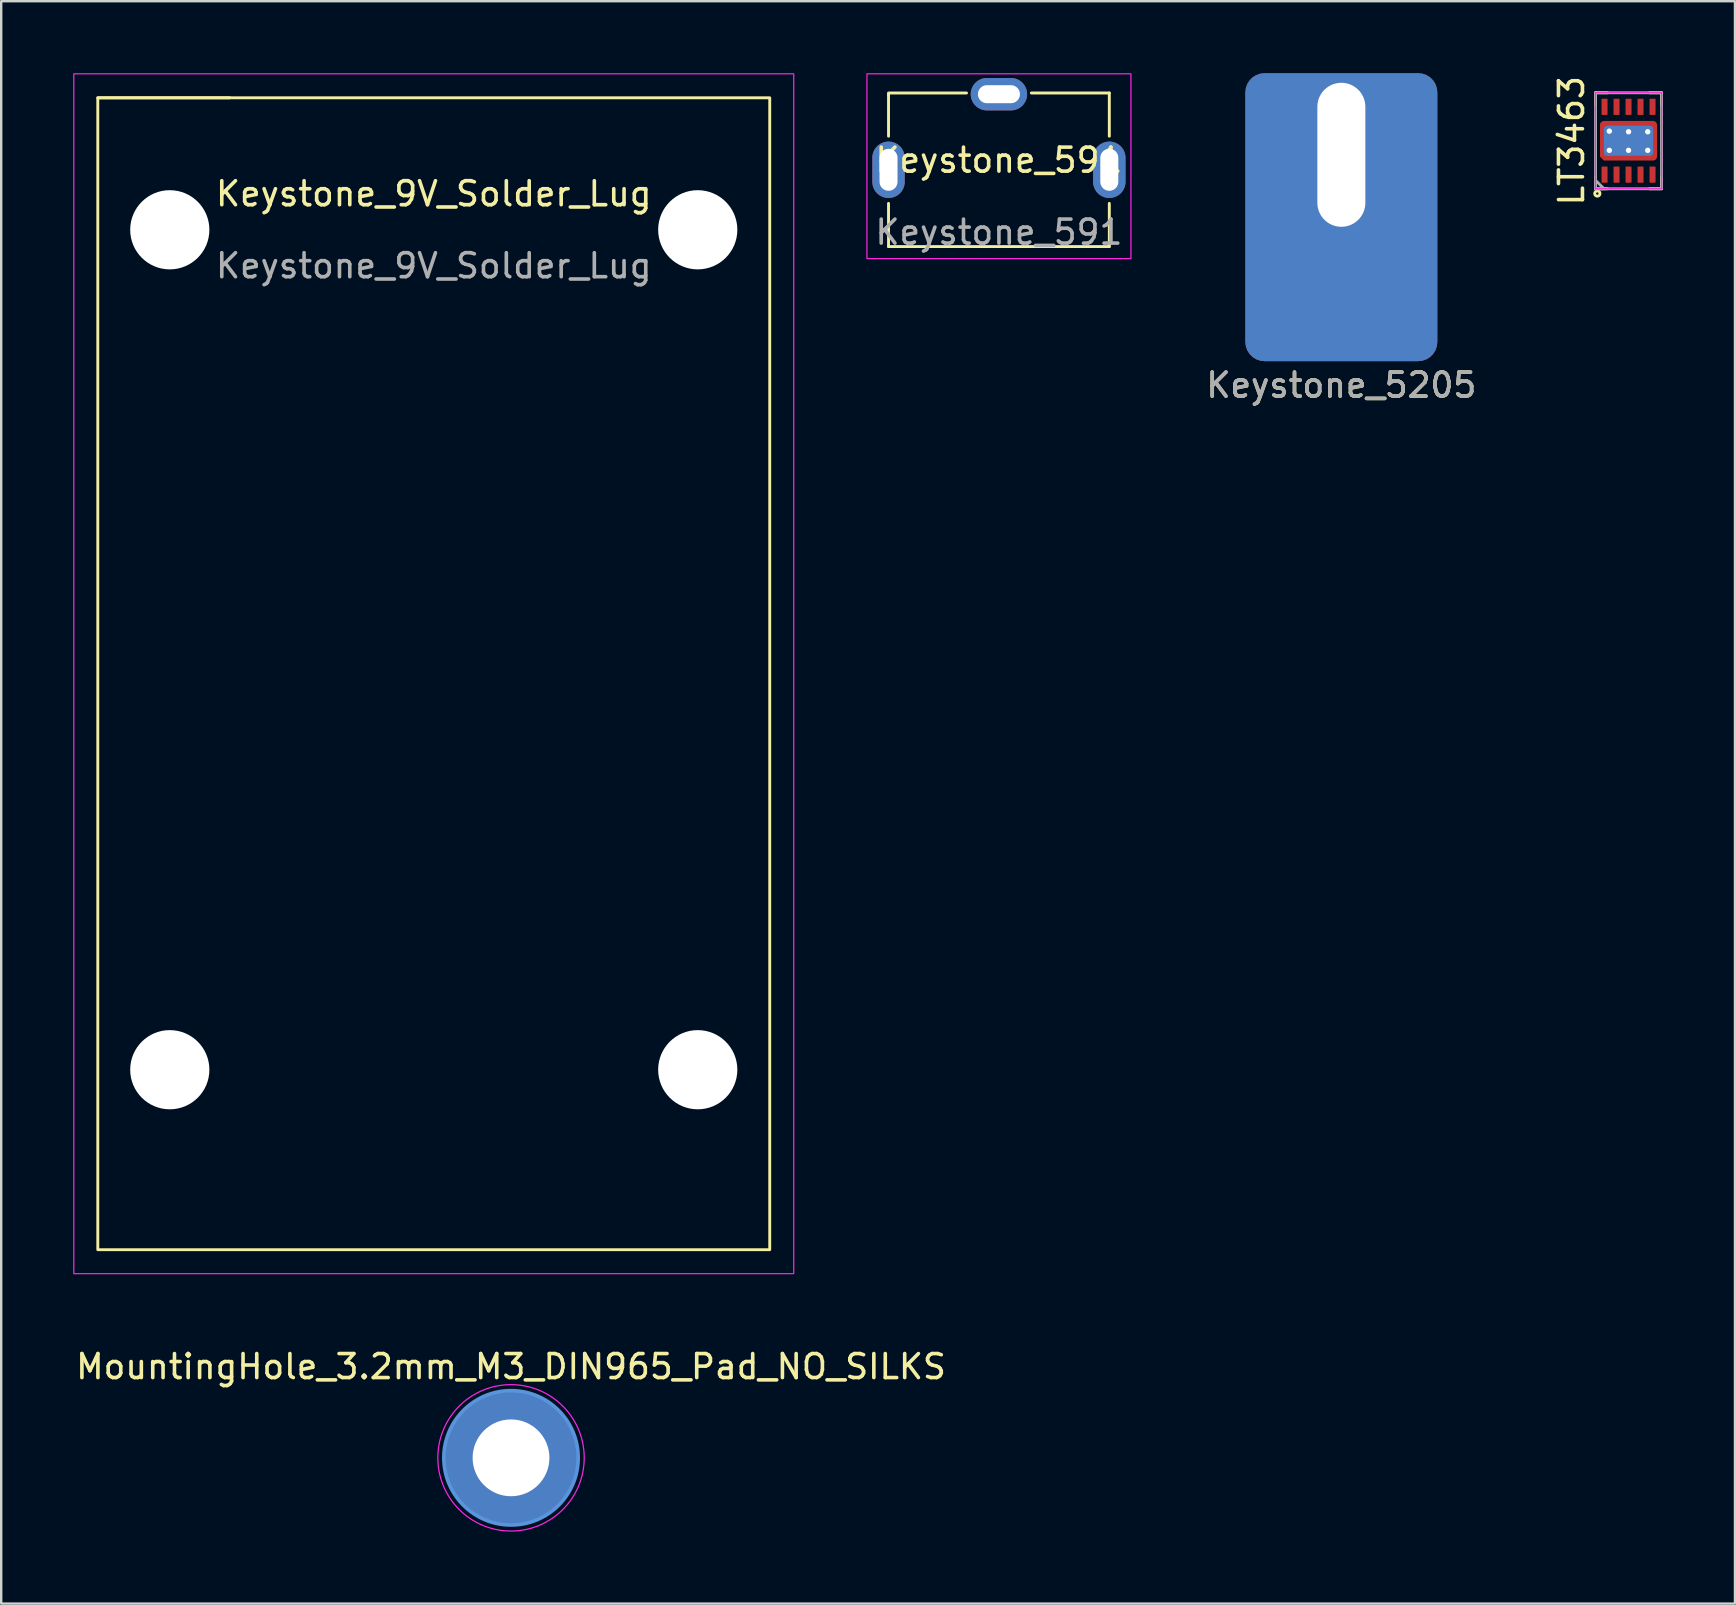
<source format=kicad_pcb>
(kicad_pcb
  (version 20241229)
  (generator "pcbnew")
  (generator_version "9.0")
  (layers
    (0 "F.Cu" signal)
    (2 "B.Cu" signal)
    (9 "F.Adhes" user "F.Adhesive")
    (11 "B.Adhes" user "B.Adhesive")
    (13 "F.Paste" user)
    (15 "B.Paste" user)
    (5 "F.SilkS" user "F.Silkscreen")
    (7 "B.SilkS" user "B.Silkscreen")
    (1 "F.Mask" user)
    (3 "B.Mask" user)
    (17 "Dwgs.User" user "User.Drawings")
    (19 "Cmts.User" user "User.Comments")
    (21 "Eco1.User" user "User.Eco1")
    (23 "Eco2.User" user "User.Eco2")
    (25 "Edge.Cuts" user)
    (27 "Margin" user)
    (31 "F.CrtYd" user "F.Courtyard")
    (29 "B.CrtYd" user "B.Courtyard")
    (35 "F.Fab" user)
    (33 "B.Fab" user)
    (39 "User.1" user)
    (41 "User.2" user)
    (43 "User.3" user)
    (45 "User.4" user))
  (footprint "Keystone_591"
    (layer "F.Cu")
    (at 38.575 4.125)
    (property "Reference" "Keystone_591" (at 0 -0.5 0) (unlocked yes) (layer "F.SilkS") (effects (font (size 1 1) (thickness 0.15))))
    (attr through_hole)
    (fp_line (start -4.6 -3.3) (end -1.35 -3.3) (stroke (width 0.12) (type solid)) (layer "F.SilkS"))
    (fp_line (start -4.6 -3.2) (end -4.6 -3.25) (stroke (width 0.12) (type solid)) (layer "F.SilkS"))
    (fp_line (start -4.6 -1.5) (end -4.6 -3.25) (stroke (width 0.12) (type solid)) (layer "F.SilkS"))
    (fp_line (start -4.6 1.3) (end -4.6 3.1) (stroke (width 0.12) (type solid)) (layer "F.SilkS"))
    (fp_line (start -4.6 3.1) (end 4.6 3.1) (stroke (width 0.12) (type solid)) (layer "F.SilkS"))
    (fp_line (start 1.35 -3.3) (end 4.6 -3.3) (stroke (width 0.12) (type solid)) (layer "F.SilkS"))
    (fp_line (start 4.6 -3.3) (end 4.6 -1.5) (stroke (width 0.12) (type solid)) (layer "F.SilkS"))
    (fp_line (start 4.6 3.1) (end 4.6 1.3) (stroke (width 0.12) (type solid)) (layer "F.SilkS"))
    (fp_rect (start -5.5 -4.1) (end 5.5 3.6) (stroke (width 0.05) (type solid)) (fill no) (layer "F.CrtYd"))
    (fp_text user "${REFERENCE}" (at 0 2.5 0) (unlocked yes) (layer "F.Fab") (effects (font (size 1 1) (thickness 0.15))))
    (pad "1" thru_hole oval (at -4.6 -0.1 180) (size 1.35 2.35) (drill oval 0.75 1.75) (layers "*.Cu" "*.Mask"))
    (pad "1" thru_hole oval (at 0 -3.25 90) (size 1.35 2.35) (drill oval 0.75 1.75) (layers "*.Cu" "*.Mask"))
    (pad "1" thru_hole oval (at 4.6 -0.1 180) (size 1.35 2.35) (drill oval 0.75 1.75) (layers "*.Cu" "*.Mask")))
  (footprint "LT3463"
    (layer "F.Cu")
    (at 64.811 2.815)
    (property "Reference" "LT3463" (at -2.375 0 90) (layer "F.SilkS") (effects (font (size 1 1) (thickness 0.15))))
    (attr through_hole)
    (fp_line (start -1.375 -2) (end -1.375 -1.5) (stroke (width 0.12) (type solid)) (layer "F.SilkS"))
    (fp_line (start -1.375 -2) (end -0.875 -2) (stroke (width 0.12) (type solid)) (layer "F.SilkS"))
    (fp_line (start -1.375 2) (end -1.375 1.5) (stroke (width 0.12) (type solid)) (layer "F.SilkS"))
    (fp_line (start -1.375 2) (end -0.875 2) (stroke (width 0.12) (type solid)) (layer "F.SilkS"))
    (fp_line (start 1.375 -2) (end 0.875 -2) (stroke (width 0.12) (type solid)) (layer "F.SilkS"))
    (fp_line (start 1.375 -2) (end 1.375 -1.5) (stroke (width 0.12) (type solid)) (layer "F.SilkS"))
    (fp_line (start 1.375 2) (end 0.875 2) (stroke (width 0.12) (type solid)) (layer "F.SilkS"))
    (fp_line (start 1.375 2) (end 1.375 1.5) (stroke (width 0.12) (type solid)) (layer "F.SilkS"))
    (fp_circle (center -1.3 2.2) (end -1.25 2.2) (stroke (width 0.12) (type solid)) (fill no) (layer "F.SilkS"))
    (fp_line (start -1.38 -2) (end 1.38 -2) (stroke (width 0.05) (type solid)) (layer "F.CrtYd"))
    (fp_line (start -1.38 2) (end -1.38 -2) (stroke (width 0.05) (type solid)) (layer "F.CrtYd"))
    (fp_line (start 1.38 -2) (end 1.38 2) (stroke (width 0.05) (type solid)) (layer "F.CrtYd"))
    (fp_line (start 1.38 2) (end -1.38 2) (stroke (width 0.05) (type solid)) (layer "F.CrtYd"))
    (fp_rect (start -1.375 -2) (end 1.375 2) (stroke (width 0.12) (type solid)) (fill no) (layer "F.Fab"))
    (fp_poly (pts (xy -1.025 2) (xy -1.375 2) (xy -1.375 1.65)) (stroke (width 0.12) (type solid)) (fill no) (layer "F.Fab"))
    (pad "1" smd roundrect (at -1 1.413) (size 0.25 0.675) (layers "F.Cu" "F.Mask" "F.Paste") (roundrect_rratio 0.1))
    (pad "2" smd roundrect (at -0.5 1.413) (size 0.25 0.675) (layers "F.Cu" "F.Mask" "F.Paste") (roundrect_rratio 0.1))
    (pad "3" smd roundrect (at 0 1.413) (size 0.25 0.675) (layers "F.Cu" "F.Mask" "F.Paste") (roundrect_rratio 0.1))
    (pad "4" smd roundrect (at 0.5 1.413) (size 0.25 0.675) (layers "F.Cu" "F.Mask" "F.Paste") (roundrect_rratio 0.1))
    (pad "5" smd roundrect (at 1 1.413) (size 0.25 0.675) (layers "F.Cu" "F.Mask" "F.Paste") (roundrect_rratio 0.1))
    (pad "6" smd roundrect (at 1 -1.413) (size 0.25 0.675) (layers "F.Cu" "F.Mask" "F.Paste") (roundrect_rratio 0.1))
    (pad "7" smd roundrect (at 0.5 -1.413) (size 0.25 0.675) (layers "F.Cu" "F.Mask" "F.Paste") (roundrect_rratio 0.1))
    (pad "8" smd roundrect (at 0 -1.413) (size 0.25 0.675) (layers "F.Cu" "F.Mask" "F.Paste") (roundrect_rratio 0.1))
    (pad "9" smd roundrect (at -0.5 -1.413) (size 0.25 0.675) (layers "F.Cu" "F.Mask" "F.Paste") (roundrect_rratio 0.1))
    (pad "10" smd roundrect (at -1 -1.413) (size 0.25 0.675) (layers "F.Cu" "F.Mask" "F.Paste") (roundrect_rratio 0.1))
    (pad "11" thru_hole circle (at -0.8 -0.4) (size 0.45 0.45) (drill 0.225) (layers "*.Cu"))
    (pad "11" thru_hole circle (at -0.8 0.4) (size 0.45 0.45) (drill 0.225) (layers "*.Cu"))
    (pad "11" thru_hole circle (at 0 -0.375) (size 0.45 0.45) (drill 0.225) (layers "*.Cu"))
    (pad "11" smd roundrect (at 0 0) (size 2.05 1.25) (layers "B.Cu") (roundrect_rratio 0.1))
    (pad "11" smd roundrect (at 0 0) (size 2.38 1.65) (layers "F.Cu" "F.Mask" "F.Paste") (roundrect_rratio 0.1) (chamfer_ratio 0.1) (chamfer bottom_left))
    (pad "11" thru_hole circle (at 0 0.4) (size 0.45 0.45) (drill 0.225) (layers "*.Cu"))
    (pad "11" thru_hole circle (at 0.8 -0.375) (size 0.45 0.45) (drill 0.225) (layers "*.Cu"))
    (pad "11" thru_hole circle (at 0.8 0.4) (size 0.45 0.45) (drill 0.225) (layers "*.Cu")))
  (footprint "Keystone_5205"
    (layer "F.Cu")
    (at 52.844 9)
    (property "Reference" "Keystone_5205" (at 0 4 0) (unlocked yes) (layer "F.SilkS") (effects (font (size 1 1) (thickness 0.15))))
    (attr smd)
    (fp_text user "${REFERENCE}" (at 0 4 0) (unlocked yes) (layer "F.Fab") (effects (font (size 1 1) (thickness 0.15))))
    (pad "1" thru_hole roundrect (at 0 -5.6) (size 8 12) (drill oval 2 6 (offset 0 2.6)) (layers "*.Cu" "*.Mask") (roundrect_rratio 0.1)))
  (footprint "Keystone_9V_Solder_Lug"
    (layer "F.Cu")
    (at 15.025 6.525)
    (property "Reference" "Keystone_9V_Solder_Lug" (at 0 -1.5 0) (unlocked yes) (layer "F.SilkS") (effects (font (size 1 1) (thickness 0.15))))
    (attr through_hole)
    (fp_line (start -8.5 -5.5) (end -14 -5.5) (stroke (width 0.12) (type solid)) (layer "F.SilkS"))
    (fp_rect (start -14 -5.5) (end 14 42.5) (stroke (width 0.12) (type solid)) (fill no) (layer "F.SilkS"))
    (fp_rect (start -15 -6.5) (end 15 43.5) (stroke (width 0.05) (type solid)) (fill no) (layer "F.CrtYd"))
    (fp_text user "${REFERENCE}" (at 0 1.5 0) (unlocked yes) (layer "F.Fab") (effects (font (size 1 1) (thickness 0.15))))
    (pad "" np_thru_hole circle (at -11 0) (size 3.3 3.3) (drill 3.3) (layers "*.Cu" "*.Mask"))
    (pad "" np_thru_hole circle (at -11 35) (size 3.3 3.3) (drill 3.3) (layers "*.Cu" "*.Mask"))
    (pad "" np_thru_hole circle (at 11 0) (size 3.3 3.3) (drill 3.3) (layers "*.Cu" "*.Mask"))
    (pad "" np_thru_hole circle (at 11 35) (size 3.3 3.3) (drill 3.3) (layers "*.Cu" "*.Mask")))
  (footprint "MountingHole_3.2mm_M3_DIN965_Pad_NO_SILKS"
    (layer "F.Cu")
    (at 18.244 57.698)
    (property "Reference" "MountingHole_3.2mm_M3_DIN965_Pad_NO_SILKS" (at 0 -3.8 0) (layer "F.SilkS") (effects (font (size 1 1) (thickness 0.15))))
    (attr exclude_from_pos_files exclude_from_bom)
    (fp_circle (center 0 0) (end 2.8 0) (stroke (width 0.15) (type solid)) (fill no) (layer "Cmts.User"))
    (fp_circle (center 0 0) (end 3.05 0) (stroke (width 0.05) (type solid)) (fill no) (layer "F.CrtYd"))
    (pad "1" thru_hole circle (at 0 0) (size 5.6 5.6) (drill 3.2) (layers "*.Cu" "*.Mask")))
  (gr_rect
    (start -3 -3)
    (end 69.246 63.773)
    (stroke (width 0.1) (type default))
    (fill no)
    (layer "Edge.Cuts")))
</source>
